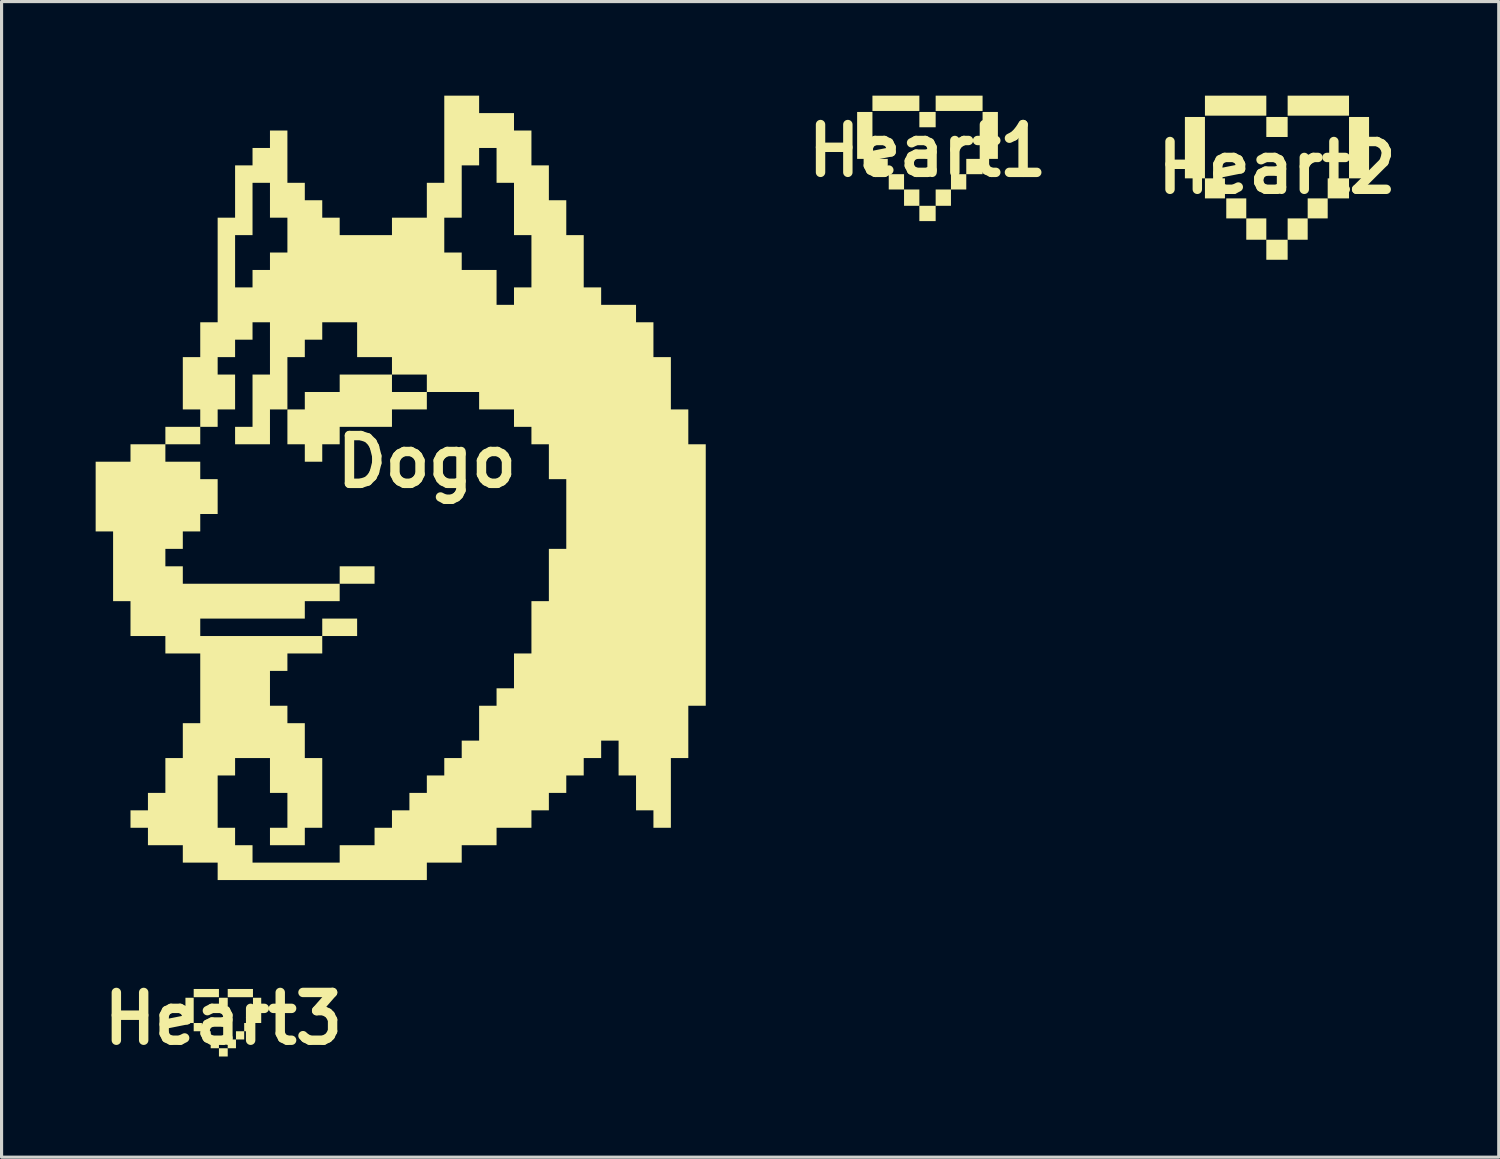
<source format=kicad_pcb>
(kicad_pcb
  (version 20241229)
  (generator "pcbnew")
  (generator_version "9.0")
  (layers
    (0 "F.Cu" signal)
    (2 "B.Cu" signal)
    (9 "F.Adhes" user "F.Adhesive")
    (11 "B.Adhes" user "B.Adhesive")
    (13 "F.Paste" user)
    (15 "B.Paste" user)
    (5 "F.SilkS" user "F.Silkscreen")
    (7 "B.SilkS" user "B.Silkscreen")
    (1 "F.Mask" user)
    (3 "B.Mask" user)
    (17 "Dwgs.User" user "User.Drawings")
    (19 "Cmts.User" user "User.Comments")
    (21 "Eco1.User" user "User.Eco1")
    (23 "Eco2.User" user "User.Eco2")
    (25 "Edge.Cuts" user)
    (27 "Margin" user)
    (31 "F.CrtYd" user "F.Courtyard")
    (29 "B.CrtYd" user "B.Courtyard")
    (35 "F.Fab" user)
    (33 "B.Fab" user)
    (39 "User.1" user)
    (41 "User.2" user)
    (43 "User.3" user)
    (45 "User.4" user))
  (footprint "Heart1"
    (layer "F.Cu")
    (at 26.524 1.756)
    (property "Reference" "Heart1" (at 0 0 0) (layer "F.SilkS") (effects (font (size 1.524 1.524) (thickness 0.3))))
    (attr board_only exclude_from_pos_files exclude_from_bom)
    (fp_poly (pts (xy -1.756 0.26) (xy -2.244 0.26) (xy -2.244 -1.236) (xy -1.756 -1.236)) (stroke (width 0) (type solid)) (fill yes) (layer "F.SilkS"))
    (fp_poly (pts (xy -1.268 0.748) (xy -1.756 0.748) (xy -1.756 0.26) (xy -1.268 0.26)) (stroke (width 0) (type solid)) (fill yes) (layer "F.SilkS"))
    (fp_poly (pts (xy -0.748 1.236) (xy -1.236 1.236) (xy -1.236 0.748) (xy -0.748 0.748)) (stroke (width 0) (type solid)) (fill yes) (layer "F.SilkS"))
    (fp_poly (pts (xy -0.26 -1.268) (xy -1.756 -1.268) (xy -1.756 -1.756) (xy -0.26 -1.756)) (stroke (width 0) (type solid)) (fill yes) (layer "F.SilkS"))
    (fp_poly (pts (xy -0.26 1.756) (xy -0.748 1.756) (xy -0.748 1.236) (xy -0.26 1.236)) (stroke (width 0) (type solid)) (fill yes) (layer "F.SilkS"))
    (fp_poly (pts (xy 0.26 -0.748) (xy -0.26 -0.748) (xy -0.26 -1.236) (xy 0.26 -1.236)) (stroke (width 0) (type solid)) (fill yes) (layer "F.SilkS"))
    (fp_poly (pts (xy 0.26 2.244) (xy -0.26 2.244) (xy -0.26 1.756) (xy 0.26 1.756)) (stroke (width 0) (type solid)) (fill yes) (layer "F.SilkS"))
    (fp_poly (pts (xy 0.748 1.756) (xy 0.26 1.756) (xy 0.26 1.236) (xy 0.748 1.236)) (stroke (width 0) (type solid)) (fill yes) (layer "F.SilkS"))
    (fp_poly (pts (xy 1.236 1.236) (xy 0.748 1.236) (xy 0.748 0.748) (xy 1.236 0.748)) (stroke (width 0) (type solid)) (fill yes) (layer "F.SilkS"))
    (fp_poly (pts (xy 1.756 -1.268) (xy 0.26 -1.268) (xy 0.26 -1.756) (xy 1.756 -1.756)) (stroke (width 0) (type solid)) (fill yes) (layer "F.SilkS"))
    (fp_poly (pts (xy 1.756 0.748) (xy 1.236 0.748) (xy 1.236 0.26) (xy 1.756 0.26)) (stroke (width 0) (type solid)) (fill yes) (layer "F.SilkS"))
    (fp_poly (pts (xy 2.244 0.26) (xy 1.756 0.26) (xy 1.756 -1.236) (xy 2.244 -1.236)) (stroke (width 0) (type solid)) (fill yes) (layer "F.SilkS")))
  (footprint "Dogo"
    (layer "F.Cu")
    (at 10.56 11.672)
    (property "Reference" "Dogo" (at 0 0 0) (layer "F.SilkS") (effects (font (size 1.524 1.524) (thickness 0.3))))
    (attr board_only exclude_from_pos_files exclude_from_bom)
    (fp_poly (pts (xy -2.223 5.558) (xy -3.335 5.558) (xy -3.335 5.002) (xy -2.223 5.002)) (stroke (width 0) (type solid)) (fill yes) (layer "F.SilkS"))
    (fp_poly (pts (xy -1.667 3.891) (xy -2.779 3.891) (xy -2.779 3.335) (xy -1.667 3.335)) (stroke (width 0) (type solid)) (fill yes) (layer "F.SilkS"))
    (fp_poly (pts (xy -1.112 -2.223) (xy 0 -2.223) (xy 0 -1.667) (xy -1.112 -1.667) (xy -1.112 -1.112) (xy -2.779 -1.112) (xy -2.779 -0.556) (xy -3.335 -0.556) (xy -3.335 0) (xy -3.891 0) (xy -3.891 -0.556) (xy -4.446 -0.556) (xy -4.446 -1.667) (xy -3.891 -1.667) (xy -3.891 -2.223) (xy -2.779 -2.223) (xy -2.779 -2.779) (xy -1.112 -2.779)) (stroke (width 0) (type solid)) (fill yes) (layer "F.SilkS"))
    (fp_poly (pts (xy 1.667 -11.116) (xy 2.779 -11.116) (xy 2.779 -10.56) (xy 3.335 -10.56) (xy 3.335 -9.449) (xy 3.891 -9.449) (xy 3.891 -8.337) (xy 4.446 -8.337) (xy 4.446 -7.225) (xy 5.002 -7.225) (xy 5.002 -5.558) (xy 5.558 -5.558) (xy 5.558 -5.002) (xy 6.67 -5.002) (xy 6.67 -4.446) (xy 7.225 -4.446) (xy 7.225 -3.335) (xy 7.781 -3.335) (xy 7.781 -1.667) (xy 8.337 -1.667) (xy 8.337 -0.556) (xy 8.893 -0.556) (xy 8.893 7.781) (xy 8.337 7.781) (xy 8.337 9.449) (xy 7.781 9.449) (xy 7.781 11.672) (xy 7.225 11.672) (xy 7.225 11.116) (xy 6.67 11.116) (xy 6.67 10.004) (xy 6.114 10.004) (xy 6.114 8.893) (xy 5.558 8.893) (xy 5.558 9.449) (xy 5.002 9.449) (xy 5.002 10.004) (xy 4.446 10.004) (xy 4.446 10.56) (xy 3.891 10.56) (xy 3.891 11.116) (xy 3.335 11.116) (xy 3.335 11.672) (xy 2.223 11.672) (xy 2.223 12.228) (xy 1.112 12.228) (xy 1.112 12.783) (xy 0 12.783) (xy 0 13.339) (xy -6.67 13.339) (xy -6.67 12.783) (xy -7.781 12.783) (xy -7.781 12.228) (xy -8.893 12.228) (xy -8.893 11.672) (xy -9.449 11.672) (xy -9.449 11.116) (xy -8.893 11.116) (xy -8.893 10.56) (xy -8.337 10.56) (xy -8.337 9.449) (xy -7.781 9.449) (xy -7.781 8.337) (xy -7.225 8.337) (xy -7.225 6.114) (xy -8.337 6.114) (xy -8.337 5.558) (xy -9.449 5.558) (xy -9.449 4.446) (xy -10.004 4.446) (xy -10.004 3.335) (xy -8.337 3.335) (xy -7.781 3.335) (xy -7.781 3.891) (xy -2.779 3.891) (xy -2.779 4.446) (xy -3.891 4.446) (xy -3.891 5.002) (xy -7.225 5.002) (xy -7.225 5.558) (xy -3.335 5.558) (xy -3.335 6.114) (xy -4.446 6.114) (xy -4.446 6.67) (xy -5.002 6.67) (xy -5.002 7.781) (xy -4.446 7.781) (xy -4.446 8.337) (xy -3.891 8.337) (xy -3.891 9.449) (xy -3.335 9.449) (xy -3.335 11.672) (xy -3.891 11.672) (xy -3.891 12.228) (xy -5.002 12.228) (xy -5.002 11.672) (xy -4.446 11.672) (xy -4.446 10.56) (xy -5.002 10.56) (xy -5.002 9.449) (xy -6.114 9.449) (xy -6.114 10.004) (xy -6.67 10.004) (xy -6.67 11.672) (xy -6.114 11.672) (xy -6.114 12.228) (xy -5.558 12.228) (xy -5.558 12.783) (xy -2.779 12.783) (xy -2.779 12.228) (xy -1.667 12.228) (xy -1.667 11.672) (xy -1.112 11.672) (xy -1.112 11.116) (xy -0.556 11.116) (xy -0.556 10.56) (xy 0 10.56) (xy 0 10.004) (xy 0.556 10.004) (xy 0.556 9.449) (xy 1.112 9.449) (xy 1.112 8.893) (xy 1.667 8.893) (xy 1.667 7.781) (xy 2.223 7.781) (xy 2.223 7.225) (xy 2.779 7.225) (xy 2.779 6.114) (xy 3.335 6.114) (xy 3.335 4.446) (xy 3.891 4.446) (xy 3.891 2.779) (xy 4.446 2.779) (xy 4.446 0.556) (xy 3.891 0.556) (xy 3.891 -0.556) (xy 3.335 -0.556) (xy 3.335 -1.112) (xy 2.779 -1.112) (xy 2.779 -1.667) (xy 1.667 -1.667) (xy 1.667 -2.223) (xy 0 -2.223) (xy 0 -2.779) (xy -1.112 -2.779) (xy -1.112 -3.335) (xy -2.223 -3.335) (xy -2.223 -4.446) (xy -3.335 -4.446) (xy -3.335 -3.891) (xy -3.891 -3.891) (xy -3.891 -3.335) (xy -4.446 -3.335) (xy -4.446 -1.667) (xy -5.002 -1.667) (xy -5.002 -0.556) (xy -6.114 -0.556) (xy -6.114 -1.112) (xy -5.558 -1.112) (xy -5.558 -2.779) (xy -5.002 -2.779) (xy -5.002 -4.446) (xy -5.558 -4.446) (xy -5.558 -3.891) (xy -6.114 -3.891) (xy -6.114 -3.335) (xy -6.67 -3.335) (xy -6.67 -2.779) (xy -6.114 -2.779) (xy -6.114 -1.667) (xy -6.67 -1.667) (xy -6.67 -1.112) (xy -7.225 -1.112) (xy -7.225 -0.556) (xy -8.337 -0.556) (xy -8.337 0) (xy -7.225 0) (xy -7.225 0.556) (xy -6.67 0.556) (xy -6.67 1.667) (xy -7.225 1.667) (xy -7.225 2.223) (xy -7.781 2.223) (xy -7.781 2.779) (xy -8.337 2.779) (xy -8.337 3.335) (xy -10.004 3.335) (xy -10.004 2.223) (xy -10.56 2.223) (xy -10.56 0) (xy -9.449 0) (xy -9.449 -0.556) (xy -8.337 -0.556) (xy -8.337 -1.112) (xy -7.225 -1.112) (xy -7.225 -1.667) (xy -7.781 -1.667) (xy -7.781 -3.335) (xy -7.225 -3.335) (xy -7.225 -4.446) (xy -6.67 -4.446) (xy -6.67 -5.558) (xy -6.114 -5.558) (xy -5.558 -5.558) (xy -5.558 -6.114) (xy -5.002 -6.114) (xy -5.002 -6.67) (xy -4.446 -6.67) (xy 0.556 -6.67) (xy 1.112 -6.67) (xy 1.112 -6.114) (xy 2.223 -6.114) (xy 2.223 -5.002) (xy 2.779 -5.002) (xy 2.779 -5.558) (xy 3.335 -5.558) (xy 3.335 -7.225) (xy 2.779 -7.225) (xy 2.779 -8.893) (xy 2.223 -8.893) (xy 2.223 -10.004) (xy 1.667 -10.004) (xy 1.667 -9.449) (xy 1.112 -9.449) (xy 1.112 -7.781) (xy 0.556 -7.781) (xy 0.556 -6.67) (xy -4.446 -6.67) (xy -4.446 -7.781) (xy -5.002 -7.781) (xy -5.002 -8.893) (xy -5.558 -8.893) (xy -5.558 -7.225) (xy -6.114 -7.225) (xy -6.114 -5.558) (xy -6.67 -5.558) (xy -6.67 -7.781) (xy -6.114 -7.781) (xy -6.114 -9.449) (xy -5.558 -9.449) (xy -5.558 -10.004) (xy -5.002 -10.004) (xy -5.002 -10.56) (xy -4.446 -10.56) (xy -4.446 -8.893) (xy -3.891 -8.893) (xy -3.891 -8.337) (xy -3.335 -8.337) (xy -3.335 -7.781) (xy -2.779 -7.781) (xy -2.779 -7.225) (xy -1.112 -7.225) (xy -1.112 -7.781) (xy 0 -7.781) (xy 0 -8.893) (xy 0.556 -8.893) (xy 0.556 -11.672) (xy 1.667 -11.672)) (stroke (width 0) (type solid)) (fill yes) (layer "F.SilkS")))
  (footprint "Heart3"
    (layer "F.Cu")
    (at 4.071 29.429)
    (property "Reference" "Heart3" (at 0 0 0) (layer "F.SilkS") (effects (font (size 1.524 1.524) (thickness 0.3))))
    (attr board_only exclude_from_pos_files exclude_from_bom)
    (fp_poly (pts (xy -0.945 0.14) (xy -1.208 0.14) (xy -1.208 -0.665) (xy -0.945 -0.665)) (stroke (width 0) (type solid)) (fill yes) (layer "F.SilkS"))
    (fp_poly (pts (xy -0.683 0.403) (xy -0.945 0.403) (xy -0.945 0.14) (xy -0.683 0.14)) (stroke (width 0) (type solid)) (fill yes) (layer "F.SilkS"))
    (fp_poly (pts (xy -0.403 0.665) (xy -0.665 0.665) (xy -0.665 0.403) (xy -0.403 0.403)) (stroke (width 0) (type solid)) (fill yes) (layer "F.SilkS"))
    (fp_poly (pts (xy -0.14 -0.683) (xy -0.945 -0.683) (xy -0.945 -0.945) (xy -0.14 -0.945)) (stroke (width 0) (type solid)) (fill yes) (layer "F.SilkS"))
    (fp_poly (pts (xy -0.14 0.945) (xy -0.403 0.945) (xy -0.403 0.665) (xy -0.14 0.665)) (stroke (width 0) (type solid)) (fill yes) (layer "F.SilkS"))
    (fp_poly (pts (xy 0.14 -0.403) (xy -0.14 -0.403) (xy -0.14 -0.665) (xy 0.14 -0.665)) (stroke (width 0) (type solid)) (fill yes) (layer "F.SilkS"))
    (fp_poly (pts (xy 0.14 1.208) (xy -0.14 1.208) (xy -0.14 0.945) (xy 0.14 0.945)) (stroke (width 0) (type solid)) (fill yes) (layer "F.SilkS"))
    (fp_poly (pts (xy 0.403 0.945) (xy 0.14 0.945) (xy 0.14 0.665) (xy 0.403 0.665)) (stroke (width 0) (type solid)) (fill yes) (layer "F.SilkS"))
    (fp_poly (pts (xy 0.665 0.665) (xy 0.403 0.665) (xy 0.403 0.403) (xy 0.665 0.403)) (stroke (width 0) (type solid)) (fill yes) (layer "F.SilkS"))
    (fp_poly (pts (xy 0.945 -0.683) (xy 0.14 -0.683) (xy 0.14 -0.945) (xy 0.945 -0.945)) (stroke (width 0) (type solid)) (fill yes) (layer "F.SilkS"))
    (fp_poly (pts (xy 0.945 0.403) (xy 0.665 0.403) (xy 0.665 0.14) (xy 0.945 0.14)) (stroke (width 0) (type solid)) (fill yes) (layer "F.SilkS"))
    (fp_poly (pts (xy 1.208 0.14) (xy 0.945 0.14) (xy 0.945 -0.665) (xy 1.208 -0.665)) (stroke (width 0) (type solid)) (fill yes) (layer "F.SilkS")))
  (footprint "Heart2"
    (layer "F.Cu")
    (at 37.667 2.297)
    (property "Reference" "Heart2" (at 0 0 0) (layer "F.SilkS") (effects (font (size 1.524 1.524) (thickness 0.3))))
    (attr board_only exclude_from_pos_files exclude_from_bom)
    (fp_poly (pts (xy -2.297 0.34) (xy -2.936 0.34) (xy -2.936 -1.617) (xy -2.297 -1.617)) (stroke (width 0) (type solid)) (fill yes) (layer "F.SilkS"))
    (fp_poly (pts (xy -1.659 0.979) (xy -2.297 0.979) (xy -2.297 0.34) (xy -1.659 0.34)) (stroke (width 0) (type solid)) (fill yes) (layer "F.SilkS"))
    (fp_poly (pts (xy -0.979 1.617) (xy -1.617 1.617) (xy -1.617 0.979) (xy -0.979 0.979)) (stroke (width 0) (type solid)) (fill yes) (layer "F.SilkS"))
    (fp_poly (pts (xy -0.34 -1.659) (xy -2.297 -1.659) (xy -2.297 -2.297) (xy -0.34 -2.297)) (stroke (width 0) (type solid)) (fill yes) (layer "F.SilkS"))
    (fp_poly (pts (xy -0.34 2.297) (xy -0.979 2.297) (xy -0.979 1.617) (xy -0.34 1.617)) (stroke (width 0) (type solid)) (fill yes) (layer "F.SilkS"))
    (fp_poly (pts (xy 0.34 -0.979) (xy -0.34 -0.979) (xy -0.34 -1.617) (xy 0.34 -1.617)) (stroke (width 0) (type solid)) (fill yes) (layer "F.SilkS"))
    (fp_poly (pts (xy 0.34 2.936) (xy -0.34 2.936) (xy -0.34 2.297) (xy 0.34 2.297)) (stroke (width 0) (type solid)) (fill yes) (layer "F.SilkS"))
    (fp_poly (pts (xy 0.979 2.297) (xy 0.34 2.297) (xy 0.34 1.617) (xy 0.979 1.617)) (stroke (width 0) (type solid)) (fill yes) (layer "F.SilkS"))
    (fp_poly (pts (xy 1.617 1.617) (xy 0.979 1.617) (xy 0.979 0.979) (xy 1.617 0.979)) (stroke (width 0) (type solid)) (fill yes) (layer "F.SilkS"))
    (fp_poly (pts (xy 2.297 -1.659) (xy 0.34 -1.659) (xy 0.34 -2.297) (xy 2.297 -2.297)) (stroke (width 0) (type solid)) (fill yes) (layer "F.SilkS"))
    (fp_poly (pts (xy 2.297 0.979) (xy 1.617 0.979) (xy 1.617 0.34) (xy 2.297 0.34)) (stroke (width 0) (type solid)) (fill yes) (layer "F.SilkS"))
    (fp_poly (pts (xy 2.936 0.34) (xy 2.297 0.34) (xy 2.297 -1.617) (xy 2.936 -1.617)) (stroke (width 0) (type solid)) (fill yes) (layer "F.SilkS")))
  (gr_rect
    (start -3 -3)
    (end 44.738 33.847)
    (stroke (width 0.1) (type default))
    (fill no)
    (layer "Edge.Cuts")))
</source>
